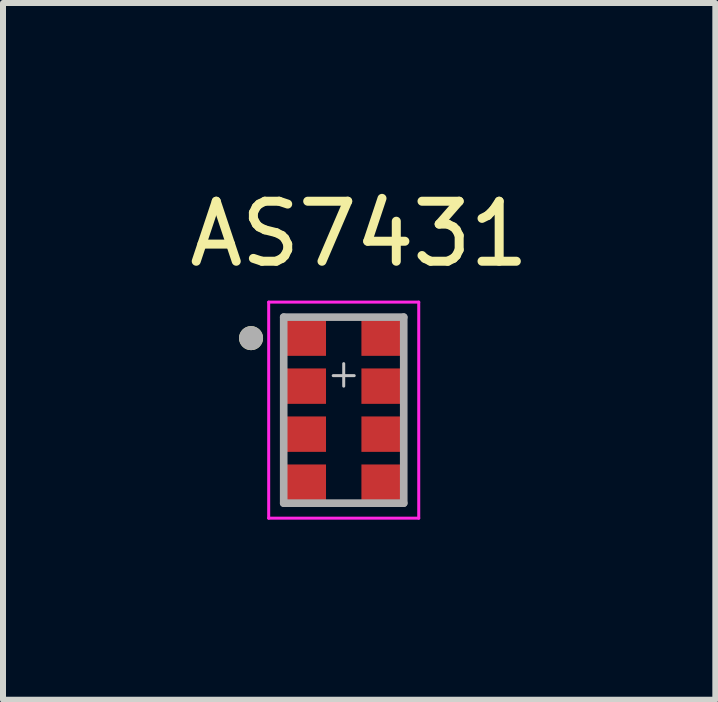
<source format=kicad_pcb>
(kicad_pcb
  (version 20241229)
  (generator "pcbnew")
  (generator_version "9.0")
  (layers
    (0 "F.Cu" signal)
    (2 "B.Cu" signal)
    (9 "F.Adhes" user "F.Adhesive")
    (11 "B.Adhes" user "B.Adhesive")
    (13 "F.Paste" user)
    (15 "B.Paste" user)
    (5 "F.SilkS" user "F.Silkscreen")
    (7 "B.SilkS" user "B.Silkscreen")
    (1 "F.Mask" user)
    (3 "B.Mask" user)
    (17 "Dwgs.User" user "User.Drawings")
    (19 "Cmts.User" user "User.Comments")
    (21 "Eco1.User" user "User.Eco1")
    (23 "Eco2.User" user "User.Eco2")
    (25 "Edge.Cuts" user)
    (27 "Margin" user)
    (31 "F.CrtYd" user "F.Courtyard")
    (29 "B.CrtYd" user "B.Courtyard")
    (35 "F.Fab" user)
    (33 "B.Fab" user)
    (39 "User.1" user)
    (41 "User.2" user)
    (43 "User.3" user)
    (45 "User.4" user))
  (footprint "AS7431"
    (layer "F.Cu")
    (at 2.677 3.784)
    (property "Reference" "AS7431" (at 0.257 -2.936 0) (layer "F.SilkS") (effects (font (size 1 1) (thickness 0.15))))
    (attr through_hole)
    (fp_circle (center -1.544 -1.2) (end -1.444 -1.2) (stroke (width 0.2) (type solid)) (fill no) (layer "F.SilkS"))
    (fp_line (start 0 -0.775) (end 0 -0.4) (stroke (width 0.05) (type solid)) (layer "Dwgs.User"))
    (fp_line (start 0.175 -0.575) (end -0.175 -0.575) (stroke (width 0.05) (type solid)) (layer "Dwgs.User"))
    (fp_line (start -1.25 -1.8) (end -1.25 1.8) (stroke (width 0.05) (type solid)) (layer "F.CrtYd"))
    (fp_line (start -1.25 1.8) (end 1.25 1.8) (stroke (width 0.05) (type solid)) (layer "F.CrtYd"))
    (fp_line (start 1.25 -1.8) (end -1.25 -1.8) (stroke (width 0.05) (type solid)) (layer "F.CrtYd"))
    (fp_line (start 1.25 1.8) (end 1.25 -1.8) (stroke (width 0.05) (type solid)) (layer "F.CrtYd"))
    (fp_line (start -1 -1.55) (end 1 -1.55) (stroke (width 0.127) (type solid)) (layer "F.Fab"))
    (fp_line (start -1 1.55) (end -1 -1.55) (stroke (width 0.127) (type solid)) (layer "F.Fab"))
    (fp_line (start 1 -1.55) (end 1 1.55) (stroke (width 0.127) (type solid)) (layer "F.Fab"))
    (fp_line (start 1 1.55) (end -1 1.55) (stroke (width 0.127) (type solid)) (layer "F.Fab"))
    (fp_circle (center -1.544 -1.2) (end -1.444 -1.2) (stroke (width 0.2) (type solid)) (fill no) (layer "F.Fab"))
    (pad "1" smd rect (at -0.64 -1.2) (size 0.69 0.59) (layers "F.Cu" "F.Mask" "F.Paste"))
    (pad "2" smd rect (at -0.64 -0.4) (size 0.69 0.59) (layers "F.Cu" "F.Mask" "F.Paste"))
    (pad "3" smd rect (at -0.64 0.4) (size 0.69 0.59) (layers "F.Cu" "F.Mask" "F.Paste"))
    (pad "4" smd rect (at -0.64 1.2) (size 0.69 0.59) (layers "F.Cu" "F.Mask" "F.Paste"))
    (pad "5" smd rect (at 0.64 1.2) (size 0.69 0.59) (layers "F.Cu" "F.Mask" "F.Paste"))
    (pad "6" smd rect (at 0.64 0.4) (size 0.69 0.59) (layers "F.Cu" "F.Mask" "F.Paste"))
    (pad "7" smd rect (at 0.64 -0.4) (size 0.69 0.59) (layers "F.Cu" "F.Mask" "F.Paste"))
    (pad "8" smd rect (at 0.64 -1.2) (size 0.69 0.59) (layers "F.Cu" "F.Mask" "F.Paste")))
  (gr_rect
    (start -3 -3)
    (end 8.869 8.609)
    (stroke (width 0.1) (type default))
    (fill no)
    (layer "Edge.Cuts")))
</source>
